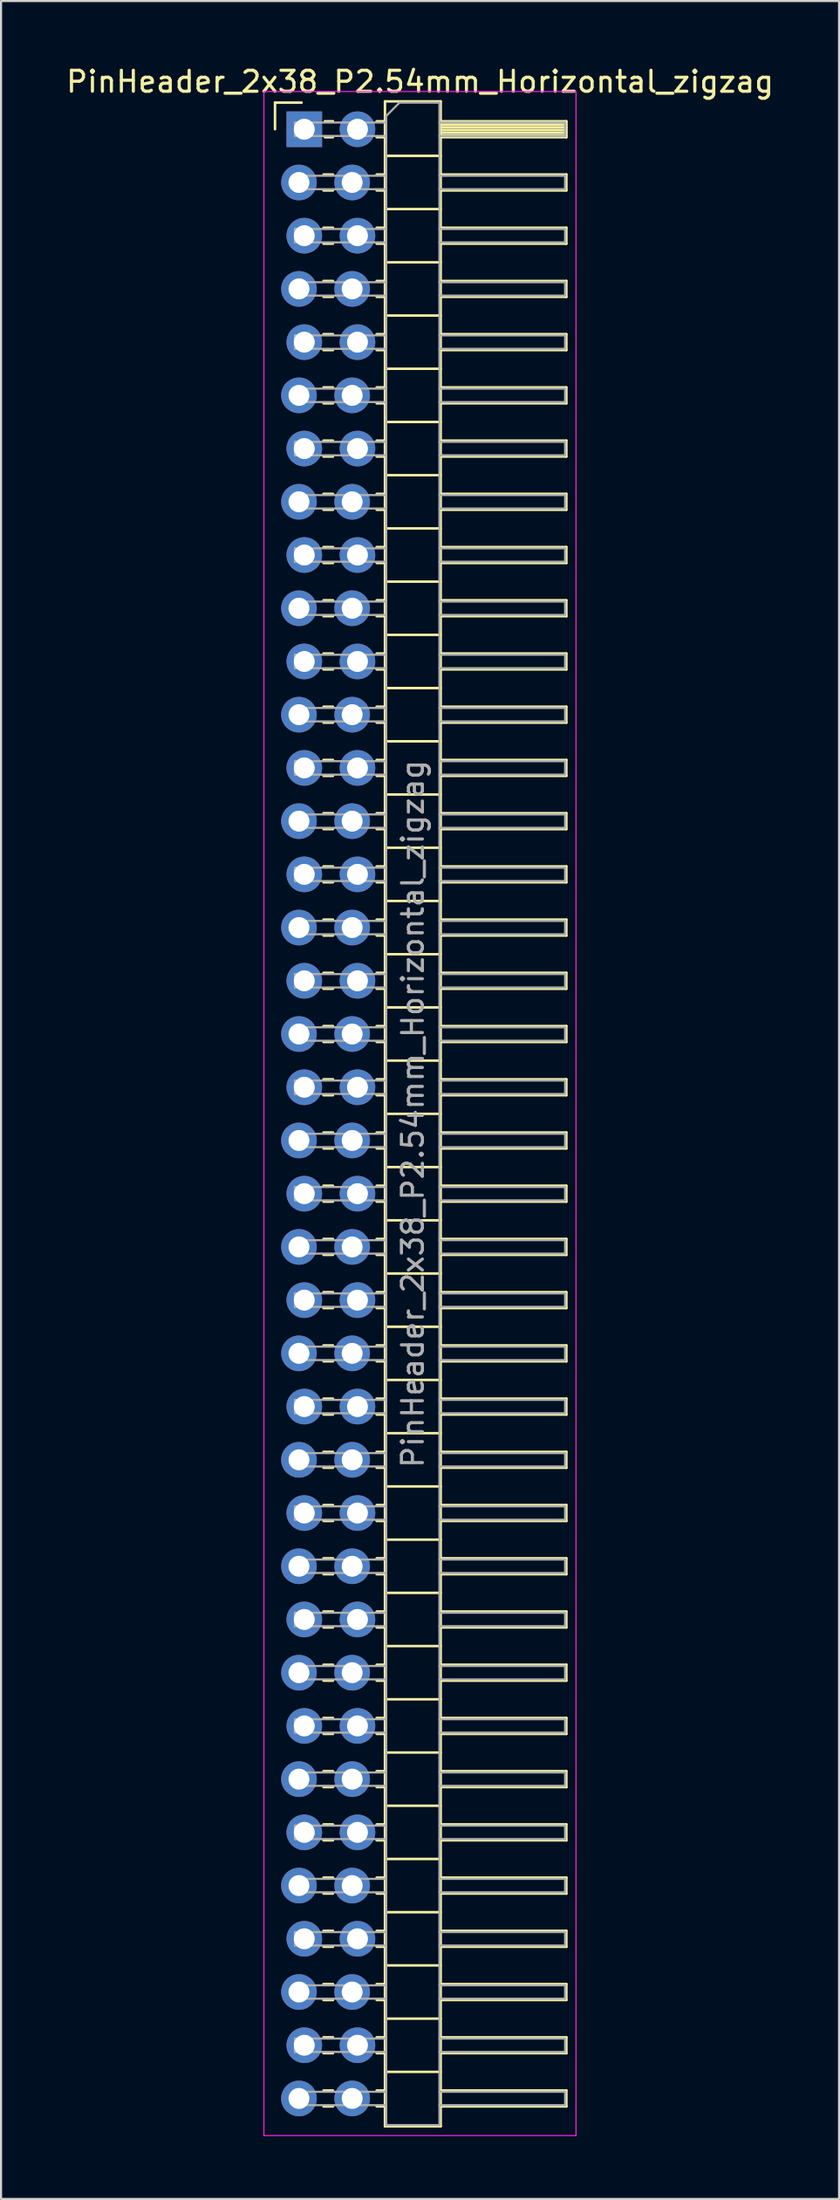
<source format=kicad_pcb>
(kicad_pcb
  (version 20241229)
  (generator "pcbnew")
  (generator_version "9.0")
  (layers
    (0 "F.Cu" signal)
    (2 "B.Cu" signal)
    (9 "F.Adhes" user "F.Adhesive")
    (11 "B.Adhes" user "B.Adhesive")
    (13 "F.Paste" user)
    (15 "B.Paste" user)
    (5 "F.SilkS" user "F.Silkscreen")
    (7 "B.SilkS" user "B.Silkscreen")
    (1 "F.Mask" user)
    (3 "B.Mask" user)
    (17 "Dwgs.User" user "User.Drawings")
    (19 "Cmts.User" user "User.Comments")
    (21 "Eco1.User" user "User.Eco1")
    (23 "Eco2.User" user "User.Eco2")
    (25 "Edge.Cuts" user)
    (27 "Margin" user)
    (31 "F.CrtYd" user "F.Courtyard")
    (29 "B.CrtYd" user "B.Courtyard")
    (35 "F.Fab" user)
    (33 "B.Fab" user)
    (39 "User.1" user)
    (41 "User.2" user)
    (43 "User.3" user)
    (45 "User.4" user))
  (footprint "PinHeader_2x38_P2.54mm_Horizontal_zigzag"
    (layer "F.Cu")
    (at 11.351 3.118)
    (property "Reference" "PinHeader_2x38_P2.54mm_Horizontal_zigzag" (at 5.655 -2.27 0) (layer "F.SilkS") (effects (font (size 1 1) (thickness 0.15))))
    (attr through_hole)
    (fp_line (start -1.27 -1.27) (end 0 -1.27) (stroke (width 0.12) (type solid)) (layer "F.SilkS"))
    (fp_line (start -1.27 0) (end -1.27 -1.27) (stroke (width 0.12) (type solid)) (layer "F.SilkS"))
    (fp_line (start 1.043 2.16) (end 1.497 2.16) (stroke (width 0.12) (type solid)) (layer "F.SilkS"))
    (fp_line (start 1.043 2.92) (end 1.497 2.92) (stroke (width 0.12) (type solid)) (layer "F.SilkS"))
    (fp_line (start 1.043 4.7) (end 1.497 4.7) (stroke (width 0.12) (type solid)) (layer "F.SilkS"))
    (fp_line (start 1.043 5.46) (end 1.497 5.46) (stroke (width 0.12) (type solid)) (layer "F.SilkS"))
    (fp_line (start 1.043 7.24) (end 1.497 7.24) (stroke (width 0.12) (type solid)) (layer "F.SilkS"))
    (fp_line (start 1.043 8) (end 1.497 8) (stroke (width 0.12) (type solid)) (layer "F.SilkS"))
    (fp_line (start 1.043 9.78) (end 1.497 9.78) (stroke (width 0.12) (type solid)) (layer "F.SilkS"))
    (fp_line (start 1.043 10.54) (end 1.497 10.54) (stroke (width 0.12) (type solid)) (layer "F.SilkS"))
    (fp_line (start 1.043 12.32) (end 1.497 12.32) (stroke (width 0.12) (type solid)) (layer "F.SilkS"))
    (fp_line (start 1.043 13.08) (end 1.497 13.08) (stroke (width 0.12) (type solid)) (layer "F.SilkS"))
    (fp_line (start 1.043 14.86) (end 1.497 14.86) (stroke (width 0.12) (type solid)) (layer "F.SilkS"))
    (fp_line (start 1.043 15.62) (end 1.497 15.62) (stroke (width 0.12) (type solid)) (layer "F.SilkS"))
    (fp_line (start 1.043 17.4) (end 1.497 17.4) (stroke (width 0.12) (type solid)) (layer "F.SilkS"))
    (fp_line (start 1.043 18.16) (end 1.497 18.16) (stroke (width 0.12) (type solid)) (layer "F.SilkS"))
    (fp_line (start 1.043 19.94) (end 1.497 19.94) (stroke (width 0.12) (type solid)) (layer "F.SilkS"))
    (fp_line (start 1.043 20.7) (end 1.497 20.7) (stroke (width 0.12) (type solid)) (layer "F.SilkS"))
    (fp_line (start 1.043 22.48) (end 1.497 22.48) (stroke (width 0.12) (type solid)) (layer "F.SilkS"))
    (fp_line (start 1.043 23.24) (end 1.497 23.24) (stroke (width 0.12) (type solid)) (layer "F.SilkS"))
    (fp_line (start 1.043 25.02) (end 1.497 25.02) (stroke (width 0.12) (type solid)) (layer "F.SilkS"))
    (fp_line (start 1.043 25.78) (end 1.497 25.78) (stroke (width 0.12) (type solid)) (layer "F.SilkS"))
    (fp_line (start 1.043 27.56) (end 1.497 27.56) (stroke (width 0.12) (type solid)) (layer "F.SilkS"))
    (fp_line (start 1.043 28.32) (end 1.497 28.32) (stroke (width 0.12) (type solid)) (layer "F.SilkS"))
    (fp_line (start 1.043 30.1) (end 1.497 30.1) (stroke (width 0.12) (type solid)) (layer "F.SilkS"))
    (fp_line (start 1.043 30.86) (end 1.497 30.86) (stroke (width 0.12) (type solid)) (layer "F.SilkS"))
    (fp_line (start 1.043 32.64) (end 1.497 32.64) (stroke (width 0.12) (type solid)) (layer "F.SilkS"))
    (fp_line (start 1.043 33.4) (end 1.497 33.4) (stroke (width 0.12) (type solid)) (layer "F.SilkS"))
    (fp_line (start 1.043 35.18) (end 1.497 35.18) (stroke (width 0.12) (type solid)) (layer "F.SilkS"))
    (fp_line (start 1.043 35.94) (end 1.497 35.94) (stroke (width 0.12) (type solid)) (layer "F.SilkS"))
    (fp_line (start 1.043 37.72) (end 1.497 37.72) (stroke (width 0.12) (type solid)) (layer "F.SilkS"))
    (fp_line (start 1.043 38.48) (end 1.497 38.48) (stroke (width 0.12) (type solid)) (layer "F.SilkS"))
    (fp_line (start 1.043 40.26) (end 1.497 40.26) (stroke (width 0.12) (type solid)) (layer "F.SilkS"))
    (fp_line (start 1.043 41.02) (end 1.497 41.02) (stroke (width 0.12) (type solid)) (layer "F.SilkS"))
    (fp_line (start 1.043 42.8) (end 1.497 42.8) (stroke (width 0.12) (type solid)) (layer "F.SilkS"))
    (fp_line (start 1.043 43.56) (end 1.497 43.56) (stroke (width 0.12) (type solid)) (layer "F.SilkS"))
    (fp_line (start 1.043 45.34) (end 1.497 45.34) (stroke (width 0.12) (type solid)) (layer "F.SilkS"))
    (fp_line (start 1.043 46.1) (end 1.497 46.1) (stroke (width 0.12) (type solid)) (layer "F.SilkS"))
    (fp_line (start 1.043 47.88) (end 1.497 47.88) (stroke (width 0.12) (type solid)) (layer "F.SilkS"))
    (fp_line (start 1.043 48.64) (end 1.497 48.64) (stroke (width 0.12) (type solid)) (layer "F.SilkS"))
    (fp_line (start 1.043 50.42) (end 1.497 50.42) (stroke (width 0.12) (type solid)) (layer "F.SilkS"))
    (fp_line (start 1.043 51.18) (end 1.497 51.18) (stroke (width 0.12) (type solid)) (layer "F.SilkS"))
    (fp_line (start 1.043 52.96) (end 1.497 52.96) (stroke (width 0.12) (type solid)) (layer "F.SilkS"))
    (fp_line (start 1.043 53.72) (end 1.497 53.72) (stroke (width 0.12) (type solid)) (layer "F.SilkS"))
    (fp_line (start 1.043 55.5) (end 1.497 55.5) (stroke (width 0.12) (type solid)) (layer "F.SilkS"))
    (fp_line (start 1.043 56.26) (end 1.497 56.26) (stroke (width 0.12) (type solid)) (layer "F.SilkS"))
    (fp_line (start 1.043 58.04) (end 1.497 58.04) (stroke (width 0.12) (type solid)) (layer "F.SilkS"))
    (fp_line (start 1.043 58.8) (end 1.497 58.8) (stroke (width 0.12) (type solid)) (layer "F.SilkS"))
    (fp_line (start 1.043 60.58) (end 1.497 60.58) (stroke (width 0.12) (type solid)) (layer "F.SilkS"))
    (fp_line (start 1.043 61.34) (end 1.497 61.34) (stroke (width 0.12) (type solid)) (layer "F.SilkS"))
    (fp_line (start 1.043 63.12) (end 1.497 63.12) (stroke (width 0.12) (type solid)) (layer "F.SilkS"))
    (fp_line (start 1.043 63.88) (end 1.497 63.88) (stroke (width 0.12) (type solid)) (layer "F.SilkS"))
    (fp_line (start 1.043 65.66) (end 1.497 65.66) (stroke (width 0.12) (type solid)) (layer "F.SilkS"))
    (fp_line (start 1.043 66.42) (end 1.497 66.42) (stroke (width 0.12) (type solid)) (layer "F.SilkS"))
    (fp_line (start 1.043 68.2) (end 1.497 68.2) (stroke (width 0.12) (type solid)) (layer "F.SilkS"))
    (fp_line (start 1.043 68.96) (end 1.497 68.96) (stroke (width 0.12) (type solid)) (layer "F.SilkS"))
    (fp_line (start 1.043 70.74) (end 1.497 70.74) (stroke (width 0.12) (type solid)) (layer "F.SilkS"))
    (fp_line (start 1.043 71.5) (end 1.497 71.5) (stroke (width 0.12) (type solid)) (layer "F.SilkS"))
    (fp_line (start 1.043 73.28) (end 1.497 73.28) (stroke (width 0.12) (type solid)) (layer "F.SilkS"))
    (fp_line (start 1.043 74.04) (end 1.497 74.04) (stroke (width 0.12) (type solid)) (layer "F.SilkS"))
    (fp_line (start 1.043 75.82) (end 1.497 75.82) (stroke (width 0.12) (type solid)) (layer "F.SilkS"))
    (fp_line (start 1.043 76.58) (end 1.497 76.58) (stroke (width 0.12) (type solid)) (layer "F.SilkS"))
    (fp_line (start 1.043 78.36) (end 1.497 78.36) (stroke (width 0.12) (type solid)) (layer "F.SilkS"))
    (fp_line (start 1.043 79.12) (end 1.497 79.12) (stroke (width 0.12) (type solid)) (layer "F.SilkS"))
    (fp_line (start 1.043 80.9) (end 1.497 80.9) (stroke (width 0.12) (type solid)) (layer "F.SilkS"))
    (fp_line (start 1.043 81.66) (end 1.497 81.66) (stroke (width 0.12) (type solid)) (layer "F.SilkS"))
    (fp_line (start 1.043 83.44) (end 1.497 83.44) (stroke (width 0.12) (type solid)) (layer "F.SilkS"))
    (fp_line (start 1.043 84.2) (end 1.497 84.2) (stroke (width 0.12) (type solid)) (layer "F.SilkS"))
    (fp_line (start 1.043 85.98) (end 1.497 85.98) (stroke (width 0.12) (type solid)) (layer "F.SilkS"))
    (fp_line (start 1.043 86.74) (end 1.497 86.74) (stroke (width 0.12) (type solid)) (layer "F.SilkS"))
    (fp_line (start 1.043 88.52) (end 1.497 88.52) (stroke (width 0.12) (type solid)) (layer "F.SilkS"))
    (fp_line (start 1.043 89.28) (end 1.497 89.28) (stroke (width 0.12) (type solid)) (layer "F.SilkS"))
    (fp_line (start 1.043 91.06) (end 1.497 91.06) (stroke (width 0.12) (type solid)) (layer "F.SilkS"))
    (fp_line (start 1.043 91.82) (end 1.497 91.82) (stroke (width 0.12) (type solid)) (layer "F.SilkS"))
    (fp_line (start 1.043 93.6) (end 1.497 93.6) (stroke (width 0.12) (type solid)) (layer "F.SilkS"))
    (fp_line (start 1.043 94.36) (end 1.497 94.36) (stroke (width 0.12) (type solid)) (layer "F.SilkS"))
    (fp_line (start 1.11 -0.38) (end 1.497 -0.38) (stroke (width 0.12) (type solid)) (layer "F.SilkS"))
    (fp_line (start 1.11 0.38) (end 1.497 0.38) (stroke (width 0.12) (type solid)) (layer "F.SilkS"))
    (fp_line (start 3.583 -0.38) (end 3.98 -0.38) (stroke (width 0.12) (type solid)) (layer "F.SilkS"))
    (fp_line (start 3.583 0.38) (end 3.98 0.38) (stroke (width 0.12) (type solid)) (layer "F.SilkS"))
    (fp_line (start 3.583 2.16) (end 3.98 2.16) (stroke (width 0.12) (type solid)) (layer "F.SilkS"))
    (fp_line (start 3.583 2.92) (end 3.98 2.92) (stroke (width 0.12) (type solid)) (layer "F.SilkS"))
    (fp_line (start 3.583 4.7) (end 3.98 4.7) (stroke (width 0.12) (type solid)) (layer "F.SilkS"))
    (fp_line (start 3.583 5.46) (end 3.98 5.46) (stroke (width 0.12) (type solid)) (layer "F.SilkS"))
    (fp_line (start 3.583 7.24) (end 3.98 7.24) (stroke (width 0.12) (type solid)) (layer "F.SilkS"))
    (fp_line (start 3.583 8) (end 3.98 8) (stroke (width 0.12) (type solid)) (layer "F.SilkS"))
    (fp_line (start 3.583 9.78) (end 3.98 9.78) (stroke (width 0.12) (type solid)) (layer "F.SilkS"))
    (fp_line (start 3.583 10.54) (end 3.98 10.54) (stroke (width 0.12) (type solid)) (layer "F.SilkS"))
    (fp_line (start 3.583 12.32) (end 3.98 12.32) (stroke (width 0.12) (type solid)) (layer "F.SilkS"))
    (fp_line (start 3.583 13.08) (end 3.98 13.08) (stroke (width 0.12) (type solid)) (layer "F.SilkS"))
    (fp_line (start 3.583 14.86) (end 3.98 14.86) (stroke (width 0.12) (type solid)) (layer "F.SilkS"))
    (fp_line (start 3.583 15.62) (end 3.98 15.62) (stroke (width 0.12) (type solid)) (layer "F.SilkS"))
    (fp_line (start 3.583 17.4) (end 3.98 17.4) (stroke (width 0.12) (type solid)) (layer "F.SilkS"))
    (fp_line (start 3.583 18.16) (end 3.98 18.16) (stroke (width 0.12) (type solid)) (layer "F.SilkS"))
    (fp_line (start 3.583 19.94) (end 3.98 19.94) (stroke (width 0.12) (type solid)) (layer "F.SilkS"))
    (fp_line (start 3.583 20.7) (end 3.98 20.7) (stroke (width 0.12) (type solid)) (layer "F.SilkS"))
    (fp_line (start 3.583 22.48) (end 3.98 22.48) (stroke (width 0.12) (type solid)) (layer "F.SilkS"))
    (fp_line (start 3.583 23.24) (end 3.98 23.24) (stroke (width 0.12) (type solid)) (layer "F.SilkS"))
    (fp_line (start 3.583 25.02) (end 3.98 25.02) (stroke (width 0.12) (type solid)) (layer "F.SilkS"))
    (fp_line (start 3.583 25.78) (end 3.98 25.78) (stroke (width 0.12) (type solid)) (layer "F.SilkS"))
    (fp_line (start 3.583 27.56) (end 3.98 27.56) (stroke (width 0.12) (type solid)) (layer "F.SilkS"))
    (fp_line (start 3.583 28.32) (end 3.98 28.32) (stroke (width 0.12) (type solid)) (layer "F.SilkS"))
    (fp_line (start 3.583 30.1) (end 3.98 30.1) (stroke (width 0.12) (type solid)) (layer "F.SilkS"))
    (fp_line (start 3.583 30.86) (end 3.98 30.86) (stroke (width 0.12) (type solid)) (layer "F.SilkS"))
    (fp_line (start 3.583 32.64) (end 3.98 32.64) (stroke (width 0.12) (type solid)) (layer "F.SilkS"))
    (fp_line (start 3.583 33.4) (end 3.98 33.4) (stroke (width 0.12) (type solid)) (layer "F.SilkS"))
    (fp_line (start 3.583 35.18) (end 3.98 35.18) (stroke (width 0.12) (type solid)) (layer "F.SilkS"))
    (fp_line (start 3.583 35.94) (end 3.98 35.94) (stroke (width 0.12) (type solid)) (layer "F.SilkS"))
    (fp_line (start 3.583 37.72) (end 3.98 37.72) (stroke (width 0.12) (type solid)) (layer "F.SilkS"))
    (fp_line (start 3.583 38.48) (end 3.98 38.48) (stroke (width 0.12) (type solid)) (layer "F.SilkS"))
    (fp_line (start 3.583 40.26) (end 3.98 40.26) (stroke (width 0.12) (type solid)) (layer "F.SilkS"))
    (fp_line (start 3.583 41.02) (end 3.98 41.02) (stroke (width 0.12) (type solid)) (layer "F.SilkS"))
    (fp_line (start 3.583 42.8) (end 3.98 42.8) (stroke (width 0.12) (type solid)) (layer "F.SilkS"))
    (fp_line (start 3.583 43.56) (end 3.98 43.56) (stroke (width 0.12) (type solid)) (layer "F.SilkS"))
    (fp_line (start 3.583 45.34) (end 3.98 45.34) (stroke (width 0.12) (type solid)) (layer "F.SilkS"))
    (fp_line (start 3.583 46.1) (end 3.98 46.1) (stroke (width 0.12) (type solid)) (layer "F.SilkS"))
    (fp_line (start 3.583 47.88) (end 3.98 47.88) (stroke (width 0.12) (type solid)) (layer "F.SilkS"))
    (fp_line (start 3.583 48.64) (end 3.98 48.64) (stroke (width 0.12) (type solid)) (layer "F.SilkS"))
    (fp_line (start 3.583 50.42) (end 3.98 50.42) (stroke (width 0.12) (type solid)) (layer "F.SilkS"))
    (fp_line (start 3.583 51.18) (end 3.98 51.18) (stroke (width 0.12) (type solid)) (layer "F.SilkS"))
    (fp_line (start 3.583 52.96) (end 3.98 52.96) (stroke (width 0.12) (type solid)) (layer "F.SilkS"))
    (fp_line (start 3.583 53.72) (end 3.98 53.72) (stroke (width 0.12) (type solid)) (layer "F.SilkS"))
    (fp_line (start 3.583 55.5) (end 3.98 55.5) (stroke (width 0.12) (type solid)) (layer "F.SilkS"))
    (fp_line (start 3.583 56.26) (end 3.98 56.26) (stroke (width 0.12) (type solid)) (layer "F.SilkS"))
    (fp_line (start 3.583 58.04) (end 3.98 58.04) (stroke (width 0.12) (type solid)) (layer "F.SilkS"))
    (fp_line (start 3.583 58.8) (end 3.98 58.8) (stroke (width 0.12) (type solid)) (layer "F.SilkS"))
    (fp_line (start 3.583 60.58) (end 3.98 60.58) (stroke (width 0.12) (type solid)) (layer "F.SilkS"))
    (fp_line (start 3.583 61.34) (end 3.98 61.34) (stroke (width 0.12) (type solid)) (layer "F.SilkS"))
    (fp_line (start 3.583 63.12) (end 3.98 63.12) (stroke (width 0.12) (type solid)) (layer "F.SilkS"))
    (fp_line (start 3.583 63.88) (end 3.98 63.88) (stroke (width 0.12) (type solid)) (layer "F.SilkS"))
    (fp_line (start 3.583 65.66) (end 3.98 65.66) (stroke (width 0.12) (type solid)) (layer "F.SilkS"))
    (fp_line (start 3.583 66.42) (end 3.98 66.42) (stroke (width 0.12) (type solid)) (layer "F.SilkS"))
    (fp_line (start 3.583 68.2) (end 3.98 68.2) (stroke (width 0.12) (type solid)) (layer "F.SilkS"))
    (fp_line (start 3.583 68.96) (end 3.98 68.96) (stroke (width 0.12) (type solid)) (layer "F.SilkS"))
    (fp_line (start 3.583 70.74) (end 3.98 70.74) (stroke (width 0.12) (type solid)) (layer "F.SilkS"))
    (fp_line (start 3.583 71.5) (end 3.98 71.5) (stroke (width 0.12) (type solid)) (layer "F.SilkS"))
    (fp_line (start 3.583 73.28) (end 3.98 73.28) (stroke (width 0.12) (type solid)) (layer "F.SilkS"))
    (fp_line (start 3.583 74.04) (end 3.98 74.04) (stroke (width 0.12) (type solid)) (layer "F.SilkS"))
    (fp_line (start 3.583 75.82) (end 3.98 75.82) (stroke (width 0.12) (type solid)) (layer "F.SilkS"))
    (fp_line (start 3.583 76.58) (end 3.98 76.58) (stroke (width 0.12) (type solid)) (layer "F.SilkS"))
    (fp_line (start 3.583 78.36) (end 3.98 78.36) (stroke (width 0.12) (type solid)) (layer "F.SilkS"))
    (fp_line (start 3.583 79.12) (end 3.98 79.12) (stroke (width 0.12) (type solid)) (layer "F.SilkS"))
    (fp_line (start 3.583 80.9) (end 3.98 80.9) (stroke (width 0.12) (type solid)) (layer "F.SilkS"))
    (fp_line (start 3.583 81.66) (end 3.98 81.66) (stroke (width 0.12) (type solid)) (layer "F.SilkS"))
    (fp_line (start 3.583 83.44) (end 3.98 83.44) (stroke (width 0.12) (type solid)) (layer "F.SilkS"))
    (fp_line (start 3.583 84.2) (end 3.98 84.2) (stroke (width 0.12) (type solid)) (layer "F.SilkS"))
    (fp_line (start 3.583 85.98) (end 3.98 85.98) (stroke (width 0.12) (type solid)) (layer "F.SilkS"))
    (fp_line (start 3.583 86.74) (end 3.98 86.74) (stroke (width 0.12) (type solid)) (layer "F.SilkS"))
    (fp_line (start 3.583 88.52) (end 3.98 88.52) (stroke (width 0.12) (type solid)) (layer "F.SilkS"))
    (fp_line (start 3.583 89.28) (end 3.98 89.28) (stroke (width 0.12) (type solid)) (layer "F.SilkS"))
    (fp_line (start 3.583 91.06) (end 3.98 91.06) (stroke (width 0.12) (type solid)) (layer "F.SilkS"))
    (fp_line (start 3.583 91.82) (end 3.98 91.82) (stroke (width 0.12) (type solid)) (layer "F.SilkS"))
    (fp_line (start 3.583 93.6) (end 3.98 93.6) (stroke (width 0.12) (type solid)) (layer "F.SilkS"))
    (fp_line (start 3.583 94.36) (end 3.98 94.36) (stroke (width 0.12) (type solid)) (layer "F.SilkS"))
    (fp_line (start 3.98 -1.33) (end 3.98 95.31) (stroke (width 0.12) (type solid)) (layer "F.SilkS"))
    (fp_line (start 3.98 1.27) (end 6.64 1.27) (stroke (width 0.12) (type solid)) (layer "F.SilkS"))
    (fp_line (start 3.98 3.81) (end 6.64 3.81) (stroke (width 0.12) (type solid)) (layer "F.SilkS"))
    (fp_line (start 3.98 6.35) (end 6.64 6.35) (stroke (width 0.12) (type solid)) (layer "F.SilkS"))
    (fp_line (start 3.98 8.89) (end 6.64 8.89) (stroke (width 0.12) (type solid)) (layer "F.SilkS"))
    (fp_line (start 3.98 11.43) (end 6.64 11.43) (stroke (width 0.12) (type solid)) (layer "F.SilkS"))
    (fp_line (start 3.98 13.97) (end 6.64 13.97) (stroke (width 0.12) (type solid)) (layer "F.SilkS"))
    (fp_line (start 3.98 16.51) (end 6.64 16.51) (stroke (width 0.12) (type solid)) (layer "F.SilkS"))
    (fp_line (start 3.98 19.05) (end 6.64 19.05) (stroke (width 0.12) (type solid)) (layer "F.SilkS"))
    (fp_line (start 3.98 21.59) (end 6.64 21.59) (stroke (width 0.12) (type solid)) (layer "F.SilkS"))
    (fp_line (start 3.98 24.13) (end 6.64 24.13) (stroke (width 0.12) (type solid)) (layer "F.SilkS"))
    (fp_line (start 3.98 26.67) (end 6.64 26.67) (stroke (width 0.12) (type solid)) (layer "F.SilkS"))
    (fp_line (start 3.98 29.21) (end 6.64 29.21) (stroke (width 0.12) (type solid)) (layer "F.SilkS"))
    (fp_line (start 3.98 31.75) (end 6.64 31.75) (stroke (width 0.12) (type solid)) (layer "F.SilkS"))
    (fp_line (start 3.98 34.29) (end 6.64 34.29) (stroke (width 0.12) (type solid)) (layer "F.SilkS"))
    (fp_line (start 3.98 36.83) (end 6.64 36.83) (stroke (width 0.12) (type solid)) (layer "F.SilkS"))
    (fp_line (start 3.98 39.37) (end 6.64 39.37) (stroke (width 0.12) (type solid)) (layer "F.SilkS"))
    (fp_line (start 3.98 41.91) (end 6.64 41.91) (stroke (width 0.12) (type solid)) (layer "F.SilkS"))
    (fp_line (start 3.98 44.45) (end 6.64 44.45) (stroke (width 0.12) (type solid)) (layer "F.SilkS"))
    (fp_line (start 3.98 46.99) (end 6.64 46.99) (stroke (width 0.12) (type solid)) (layer "F.SilkS"))
    (fp_line (start 3.98 49.53) (end 6.64 49.53) (stroke (width 0.12) (type solid)) (layer "F.SilkS"))
    (fp_line (start 3.98 52.07) (end 6.64 52.07) (stroke (width 0.12) (type solid)) (layer "F.SilkS"))
    (fp_line (start 3.98 54.61) (end 6.64 54.61) (stroke (width 0.12) (type solid)) (layer "F.SilkS"))
    (fp_line (start 3.98 57.15) (end 6.64 57.15) (stroke (width 0.12) (type solid)) (layer "F.SilkS"))
    (fp_line (start 3.98 59.69) (end 6.64 59.69) (stroke (width 0.12) (type solid)) (layer "F.SilkS"))
    (fp_line (start 3.98 62.23) (end 6.64 62.23) (stroke (width 0.12) (type solid)) (layer "F.SilkS"))
    (fp_line (start 3.98 64.77) (end 6.64 64.77) (stroke (width 0.12) (type solid)) (layer "F.SilkS"))
    (fp_line (start 3.98 67.31) (end 6.64 67.31) (stroke (width 0.12) (type solid)) (layer "F.SilkS"))
    (fp_line (start 3.98 69.85) (end 6.64 69.85) (stroke (width 0.12) (type solid)) (layer "F.SilkS"))
    (fp_line (start 3.98 72.39) (end 6.64 72.39) (stroke (width 0.12) (type solid)) (layer "F.SilkS"))
    (fp_line (start 3.98 74.93) (end 6.64 74.93) (stroke (width 0.12) (type solid)) (layer "F.SilkS"))
    (fp_line (start 3.98 77.47) (end 6.64 77.47) (stroke (width 0.12) (type solid)) (layer "F.SilkS"))
    (fp_line (start 3.98 80.01) (end 6.64 80.01) (stroke (width 0.12) (type solid)) (layer "F.SilkS"))
    (fp_line (start 3.98 82.55) (end 6.64 82.55) (stroke (width 0.12) (type solid)) (layer "F.SilkS"))
    (fp_line (start 3.98 85.09) (end 6.64 85.09) (stroke (width 0.12) (type solid)) (layer "F.SilkS"))
    (fp_line (start 3.98 87.63) (end 6.64 87.63) (stroke (width 0.12) (type solid)) (layer "F.SilkS"))
    (fp_line (start 3.98 90.17) (end 6.64 90.17) (stroke (width 0.12) (type solid)) (layer "F.SilkS"))
    (fp_line (start 3.98 92.71) (end 6.64 92.71) (stroke (width 0.12) (type solid)) (layer "F.SilkS"))
    (fp_line (start 3.98 95.31) (end 6.64 95.31) (stroke (width 0.12) (type solid)) (layer "F.SilkS"))
    (fp_line (start 6.64 -1.33) (end 3.98 -1.33) (stroke (width 0.12) (type solid)) (layer "F.SilkS"))
    (fp_line (start 6.64 -0.38) (end 12.64 -0.38) (stroke (width 0.12) (type solid)) (layer "F.SilkS"))
    (fp_line (start 6.64 -0.32) (end 12.64 -0.32) (stroke (width 0.12) (type solid)) (layer "F.SilkS"))
    (fp_line (start 6.64 -0.2) (end 12.64 -0.2) (stroke (width 0.12) (type solid)) (layer "F.SilkS"))
    (fp_line (start 6.64 -0.08) (end 12.64 -0.08) (stroke (width 0.12) (type solid)) (layer "F.SilkS"))
    (fp_line (start 6.64 0.04) (end 12.64 0.04) (stroke (width 0.12) (type solid)) (layer "F.SilkS"))
    (fp_line (start 6.64 0.16) (end 12.64 0.16) (stroke (width 0.12) (type solid)) (layer "F.SilkS"))
    (fp_line (start 6.64 0.28) (end 12.64 0.28) (stroke (width 0.12) (type solid)) (layer "F.SilkS"))
    (fp_line (start 6.64 2.16) (end 12.64 2.16) (stroke (width 0.12) (type solid)) (layer "F.SilkS"))
    (fp_line (start 6.64 4.7) (end 12.64 4.7) (stroke (width 0.12) (type solid)) (layer "F.SilkS"))
    (fp_line (start 6.64 7.24) (end 12.64 7.24) (stroke (width 0.12) (type solid)) (layer "F.SilkS"))
    (fp_line (start 6.64 9.78) (end 12.64 9.78) (stroke (width 0.12) (type solid)) (layer "F.SilkS"))
    (fp_line (start 6.64 12.32) (end 12.64 12.32) (stroke (width 0.12) (type solid)) (layer "F.SilkS"))
    (fp_line (start 6.64 14.86) (end 12.64 14.86) (stroke (width 0.12) (type solid)) (layer "F.SilkS"))
    (fp_line (start 6.64 17.4) (end 12.64 17.4) (stroke (width 0.12) (type solid)) (layer "F.SilkS"))
    (fp_line (start 6.64 19.94) (end 12.64 19.94) (stroke (width 0.12) (type solid)) (layer "F.SilkS"))
    (fp_line (start 6.64 22.48) (end 12.64 22.48) (stroke (width 0.12) (type solid)) (layer "F.SilkS"))
    (fp_line (start 6.64 25.02) (end 12.64 25.02) (stroke (width 0.12) (type solid)) (layer "F.SilkS"))
    (fp_line (start 6.64 27.56) (end 12.64 27.56) (stroke (width 0.12) (type solid)) (layer "F.SilkS"))
    (fp_line (start 6.64 30.1) (end 12.64 30.1) (stroke (width 0.12) (type solid)) (layer "F.SilkS"))
    (fp_line (start 6.64 32.64) (end 12.64 32.64) (stroke (width 0.12) (type solid)) (layer "F.SilkS"))
    (fp_line (start 6.64 35.18) (end 12.64 35.18) (stroke (width 0.12) (type solid)) (layer "F.SilkS"))
    (fp_line (start 6.64 37.72) (end 12.64 37.72) (stroke (width 0.12) (type solid)) (layer "F.SilkS"))
    (fp_line (start 6.64 40.26) (end 12.64 40.26) (stroke (width 0.12) (type solid)) (layer "F.SilkS"))
    (fp_line (start 6.64 42.8) (end 12.64 42.8) (stroke (width 0.12) (type solid)) (layer "F.SilkS"))
    (fp_line (start 6.64 45.34) (end 12.64 45.34) (stroke (width 0.12) (type solid)) (layer "F.SilkS"))
    (fp_line (start 6.64 47.88) (end 12.64 47.88) (stroke (width 0.12) (type solid)) (layer "F.SilkS"))
    (fp_line (start 6.64 50.42) (end 12.64 50.42) (stroke (width 0.12) (type solid)) (layer "F.SilkS"))
    (fp_line (start 6.64 52.96) (end 12.64 52.96) (stroke (width 0.12) (type solid)) (layer "F.SilkS"))
    (fp_line (start 6.64 55.5) (end 12.64 55.5) (stroke (width 0.12) (type solid)) (layer "F.SilkS"))
    (fp_line (start 6.64 58.04) (end 12.64 58.04) (stroke (width 0.12) (type solid)) (layer "F.SilkS"))
    (fp_line (start 6.64 60.58) (end 12.64 60.58) (stroke (width 0.12) (type solid)) (layer "F.SilkS"))
    (fp_line (start 6.64 63.12) (end 12.64 63.12) (stroke (width 0.12) (type solid)) (layer "F.SilkS"))
    (fp_line (start 6.64 65.66) (end 12.64 65.66) (stroke (width 0.12) (type solid)) (layer "F.SilkS"))
    (fp_line (start 6.64 68.2) (end 12.64 68.2) (stroke (width 0.12) (type solid)) (layer "F.SilkS"))
    (fp_line (start 6.64 70.74) (end 12.64 70.74) (stroke (width 0.12) (type solid)) (layer "F.SilkS"))
    (fp_line (start 6.64 73.28) (end 12.64 73.28) (stroke (width 0.12) (type solid)) (layer "F.SilkS"))
    (fp_line (start 6.64 75.82) (end 12.64 75.82) (stroke (width 0.12) (type solid)) (layer "F.SilkS"))
    (fp_line (start 6.64 78.36) (end 12.64 78.36) (stroke (width 0.12) (type solid)) (layer "F.SilkS"))
    (fp_line (start 6.64 80.9) (end 12.64 80.9) (stroke (width 0.12) (type solid)) (layer "F.SilkS"))
    (fp_line (start 6.64 83.44) (end 12.64 83.44) (stroke (width 0.12) (type solid)) (layer "F.SilkS"))
    (fp_line (start 6.64 85.98) (end 12.64 85.98) (stroke (width 0.12) (type solid)) (layer "F.SilkS"))
    (fp_line (start 6.64 88.52) (end 12.64 88.52) (stroke (width 0.12) (type solid)) (layer "F.SilkS"))
    (fp_line (start 6.64 91.06) (end 12.64 91.06) (stroke (width 0.12) (type solid)) (layer "F.SilkS"))
    (fp_line (start 6.64 93.6) (end 12.64 93.6) (stroke (width 0.12) (type solid)) (layer "F.SilkS"))
    (fp_line (start 6.64 95.31) (end 6.64 -1.33) (stroke (width 0.12) (type solid)) (layer "F.SilkS"))
    (fp_line (start 12.64 -0.38) (end 12.64 0.38) (stroke (width 0.12) (type solid)) (layer "F.SilkS"))
    (fp_line (start 12.64 0.38) (end 6.64 0.38) (stroke (width 0.12) (type solid)) (layer "F.SilkS"))
    (fp_line (start 12.64 2.16) (end 12.64 2.92) (stroke (width 0.12) (type solid)) (layer "F.SilkS"))
    (fp_line (start 12.64 2.92) (end 6.64 2.92) (stroke (width 0.12) (type solid)) (layer "F.SilkS"))
    (fp_line (start 12.64 4.7) (end 12.64 5.46) (stroke (width 0.12) (type solid)) (layer "F.SilkS"))
    (fp_line (start 12.64 5.46) (end 6.64 5.46) (stroke (width 0.12) (type solid)) (layer "F.SilkS"))
    (fp_line (start 12.64 7.24) (end 12.64 8) (stroke (width 0.12) (type solid)) (layer "F.SilkS"))
    (fp_line (start 12.64 8) (end 6.64 8) (stroke (width 0.12) (type solid)) (layer "F.SilkS"))
    (fp_line (start 12.64 9.78) (end 12.64 10.54) (stroke (width 0.12) (type solid)) (layer "F.SilkS"))
    (fp_line (start 12.64 10.54) (end 6.64 10.54) (stroke (width 0.12) (type solid)) (layer "F.SilkS"))
    (fp_line (start 12.64 12.32) (end 12.64 13.08) (stroke (width 0.12) (type solid)) (layer "F.SilkS"))
    (fp_line (start 12.64 13.08) (end 6.64 13.08) (stroke (width 0.12) (type solid)) (layer "F.SilkS"))
    (fp_line (start 12.64 14.86) (end 12.64 15.62) (stroke (width 0.12) (type solid)) (layer "F.SilkS"))
    (fp_line (start 12.64 15.62) (end 6.64 15.62) (stroke (width 0.12) (type solid)) (layer "F.SilkS"))
    (fp_line (start 12.64 17.4) (end 12.64 18.16) (stroke (width 0.12) (type solid)) (layer "F.SilkS"))
    (fp_line (start 12.64 18.16) (end 6.64 18.16) (stroke (width 0.12) (type solid)) (layer "F.SilkS"))
    (fp_line (start 12.64 19.94) (end 12.64 20.7) (stroke (width 0.12) (type solid)) (layer "F.SilkS"))
    (fp_line (start 12.64 20.7) (end 6.64 20.7) (stroke (width 0.12) (type solid)) (layer "F.SilkS"))
    (fp_line (start 12.64 22.48) (end 12.64 23.24) (stroke (width 0.12) (type solid)) (layer "F.SilkS"))
    (fp_line (start 12.64 23.24) (end 6.64 23.24) (stroke (width 0.12) (type solid)) (layer "F.SilkS"))
    (fp_line (start 12.64 25.02) (end 12.64 25.78) (stroke (width 0.12) (type solid)) (layer "F.SilkS"))
    (fp_line (start 12.64 25.78) (end 6.64 25.78) (stroke (width 0.12) (type solid)) (layer "F.SilkS"))
    (fp_line (start 12.64 27.56) (end 12.64 28.32) (stroke (width 0.12) (type solid)) (layer "F.SilkS"))
    (fp_line (start 12.64 28.32) (end 6.64 28.32) (stroke (width 0.12) (type solid)) (layer "F.SilkS"))
    (fp_line (start 12.64 30.1) (end 12.64 30.86) (stroke (width 0.12) (type solid)) (layer "F.SilkS"))
    (fp_line (start 12.64 30.86) (end 6.64 30.86) (stroke (width 0.12) (type solid)) (layer "F.SilkS"))
    (fp_line (start 12.64 32.64) (end 12.64 33.4) (stroke (width 0.12) (type solid)) (layer "F.SilkS"))
    (fp_line (start 12.64 33.4) (end 6.64 33.4) (stroke (width 0.12) (type solid)) (layer "F.SilkS"))
    (fp_line (start 12.64 35.18) (end 12.64 35.94) (stroke (width 0.12) (type solid)) (layer "F.SilkS"))
    (fp_line (start 12.64 35.94) (end 6.64 35.94) (stroke (width 0.12) (type solid)) (layer "F.SilkS"))
    (fp_line (start 12.64 37.72) (end 12.64 38.48) (stroke (width 0.12) (type solid)) (layer "F.SilkS"))
    (fp_line (start 12.64 38.48) (end 6.64 38.48) (stroke (width 0.12) (type solid)) (layer "F.SilkS"))
    (fp_line (start 12.64 40.26) (end 12.64 41.02) (stroke (width 0.12) (type solid)) (layer "F.SilkS"))
    (fp_line (start 12.64 41.02) (end 6.64 41.02) (stroke (width 0.12) (type solid)) (layer "F.SilkS"))
    (fp_line (start 12.64 42.8) (end 12.64 43.56) (stroke (width 0.12) (type solid)) (layer "F.SilkS"))
    (fp_line (start 12.64 43.56) (end 6.64 43.56) (stroke (width 0.12) (type solid)) (layer "F.SilkS"))
    (fp_line (start 12.64 45.34) (end 12.64 46.1) (stroke (width 0.12) (type solid)) (layer "F.SilkS"))
    (fp_line (start 12.64 46.1) (end 6.64 46.1) (stroke (width 0.12) (type solid)) (layer "F.SilkS"))
    (fp_line (start 12.64 47.88) (end 12.64 48.64) (stroke (width 0.12) (type solid)) (layer "F.SilkS"))
    (fp_line (start 12.64 48.64) (end 6.64 48.64) (stroke (width 0.12) (type solid)) (layer "F.SilkS"))
    (fp_line (start 12.64 50.42) (end 12.64 51.18) (stroke (width 0.12) (type solid)) (layer "F.SilkS"))
    (fp_line (start 12.64 51.18) (end 6.64 51.18) (stroke (width 0.12) (type solid)) (layer "F.SilkS"))
    (fp_line (start 12.64 52.96) (end 12.64 53.72) (stroke (width 0.12) (type solid)) (layer "F.SilkS"))
    (fp_line (start 12.64 53.72) (end 6.64 53.72) (stroke (width 0.12) (type solid)) (layer "F.SilkS"))
    (fp_line (start 12.64 55.5) (end 12.64 56.26) (stroke (width 0.12) (type solid)) (layer "F.SilkS"))
    (fp_line (start 12.64 56.26) (end 6.64 56.26) (stroke (width 0.12) (type solid)) (layer "F.SilkS"))
    (fp_line (start 12.64 58.04) (end 12.64 58.8) (stroke (width 0.12) (type solid)) (layer "F.SilkS"))
    (fp_line (start 12.64 58.8) (end 6.64 58.8) (stroke (width 0.12) (type solid)) (layer "F.SilkS"))
    (fp_line (start 12.64 60.58) (end 12.64 61.34) (stroke (width 0.12) (type solid)) (layer "F.SilkS"))
    (fp_line (start 12.64 61.34) (end 6.64 61.34) (stroke (width 0.12) (type solid)) (layer "F.SilkS"))
    (fp_line (start 12.64 63.12) (end 12.64 63.88) (stroke (width 0.12) (type solid)) (layer "F.SilkS"))
    (fp_line (start 12.64 63.88) (end 6.64 63.88) (stroke (width 0.12) (type solid)) (layer "F.SilkS"))
    (fp_line (start 12.64 65.66) (end 12.64 66.42) (stroke (width 0.12) (type solid)) (layer "F.SilkS"))
    (fp_line (start 12.64 66.42) (end 6.64 66.42) (stroke (width 0.12) (type solid)) (layer "F.SilkS"))
    (fp_line (start 12.64 68.2) (end 12.64 68.96) (stroke (width 0.12) (type solid)) (layer "F.SilkS"))
    (fp_line (start 12.64 68.96) (end 6.64 68.96) (stroke (width 0.12) (type solid)) (layer "F.SilkS"))
    (fp_line (start 12.64 70.74) (end 12.64 71.5) (stroke (width 0.12) (type solid)) (layer "F.SilkS"))
    (fp_line (start 12.64 71.5) (end 6.64 71.5) (stroke (width 0.12) (type solid)) (layer "F.SilkS"))
    (fp_line (start 12.64 73.28) (end 12.64 74.04) (stroke (width 0.12) (type solid)) (layer "F.SilkS"))
    (fp_line (start 12.64 74.04) (end 6.64 74.04) (stroke (width 0.12) (type solid)) (layer "F.SilkS"))
    (fp_line (start 12.64 75.82) (end 12.64 76.58) (stroke (width 0.12) (type solid)) (layer "F.SilkS"))
    (fp_line (start 12.64 76.58) (end 6.64 76.58) (stroke (width 0.12) (type solid)) (layer "F.SilkS"))
    (fp_line (start 12.64 78.36) (end 12.64 79.12) (stroke (width 0.12) (type solid)) (layer "F.SilkS"))
    (fp_line (start 12.64 79.12) (end 6.64 79.12) (stroke (width 0.12) (type solid)) (layer "F.SilkS"))
    (fp_line (start 12.64 80.9) (end 12.64 81.66) (stroke (width 0.12) (type solid)) (layer "F.SilkS"))
    (fp_line (start 12.64 81.66) (end 6.64 81.66) (stroke (width 0.12) (type solid)) (layer "F.SilkS"))
    (fp_line (start 12.64 83.44) (end 12.64 84.2) (stroke (width 0.12) (type solid)) (layer "F.SilkS"))
    (fp_line (start 12.64 84.2) (end 6.64 84.2) (stroke (width 0.12) (type solid)) (layer "F.SilkS"))
    (fp_line (start 12.64 85.98) (end 12.64 86.74) (stroke (width 0.12) (type solid)) (layer "F.SilkS"))
    (fp_line (start 12.64 86.74) (end 6.64 86.74) (stroke (width 0.12) (type solid)) (layer "F.SilkS"))
    (fp_line (start 12.64 88.52) (end 12.64 89.28) (stroke (width 0.12) (type solid)) (layer "F.SilkS"))
    (fp_line (start 12.64 89.28) (end 6.64 89.28) (stroke (width 0.12) (type solid)) (layer "F.SilkS"))
    (fp_line (start 12.64 91.06) (end 12.64 91.82) (stroke (width 0.12) (type solid)) (layer "F.SilkS"))
    (fp_line (start 12.64 91.82) (end 6.64 91.82) (stroke (width 0.12) (type solid)) (layer "F.SilkS"))
    (fp_line (start 12.64 93.6) (end 12.64 94.36) (stroke (width 0.12) (type solid)) (layer "F.SilkS"))
    (fp_line (start 12.64 94.36) (end 6.64 94.36) (stroke (width 0.12) (type solid)) (layer "F.SilkS"))
    (fp_line (start -1.8 -1.8) (end -1.8 95.75) (stroke (width 0.05) (type solid)) (layer "F.CrtYd"))
    (fp_line (start -1.8 95.75) (end 13.1 95.75) (stroke (width 0.05) (type solid)) (layer "F.CrtYd"))
    (fp_line (start 13.1 -1.8) (end -1.8 -1.8) (stroke (width 0.05) (type solid)) (layer "F.CrtYd"))
    (fp_line (start 13.1 95.75) (end 13.1 -1.8) (stroke (width 0.05) (type solid)) (layer "F.CrtYd"))
    (fp_line (start -0.32 -0.32) (end -0.32 0.32) (stroke (width 0.1) (type solid)) (layer "F.Fab"))
    (fp_line (start -0.32 -0.32) (end 4.04 -0.32) (stroke (width 0.1) (type solid)) (layer "F.Fab"))
    (fp_line (start -0.32 0.32) (end 4.04 0.32) (stroke (width 0.1) (type solid)) (layer "F.Fab"))
    (fp_line (start -0.32 2.22) (end -0.32 2.86) (stroke (width 0.1) (type solid)) (layer "F.Fab"))
    (fp_line (start -0.32 2.22) (end 4.04 2.22) (stroke (width 0.1) (type solid)) (layer "F.Fab"))
    (fp_line (start -0.32 2.86) (end 4.04 2.86) (stroke (width 0.1) (type solid)) (layer "F.Fab"))
    (fp_line (start -0.32 4.76) (end -0.32 5.4) (stroke (width 0.1) (type solid)) (layer "F.Fab"))
    (fp_line (start -0.32 4.76) (end 4.04 4.76) (stroke (width 0.1) (type solid)) (layer "F.Fab"))
    (fp_line (start -0.32 5.4) (end 4.04 5.4) (stroke (width 0.1) (type solid)) (layer "F.Fab"))
    (fp_line (start -0.32 7.3) (end -0.32 7.94) (stroke (width 0.1) (type solid)) (layer "F.Fab"))
    (fp_line (start -0.32 7.3) (end 4.04 7.3) (stroke (width 0.1) (type solid)) (layer "F.Fab"))
    (fp_line (start -0.32 7.94) (end 4.04 7.94) (stroke (width 0.1) (type solid)) (layer "F.Fab"))
    (fp_line (start -0.32 9.84) (end -0.32 10.48) (stroke (width 0.1) (type solid)) (layer "F.Fab"))
    (fp_line (start -0.32 9.84) (end 4.04 9.84) (stroke (width 0.1) (type solid)) (layer "F.Fab"))
    (fp_line (start -0.32 10.48) (end 4.04 10.48) (stroke (width 0.1) (type solid)) (layer "F.Fab"))
    (fp_line (start -0.32 12.38) (end -0.32 13.02) (stroke (width 0.1) (type solid)) (layer "F.Fab"))
    (fp_line (start -0.32 12.38) (end 4.04 12.38) (stroke (width 0.1) (type solid)) (layer "F.Fab"))
    (fp_line (start -0.32 13.02) (end 4.04 13.02) (stroke (width 0.1) (type solid)) (layer "F.Fab"))
    (fp_line (start -0.32 14.92) (end -0.32 15.56) (stroke (width 0.1) (type solid)) (layer "F.Fab"))
    (fp_line (start -0.32 14.92) (end 4.04 14.92) (stroke (width 0.1) (type solid)) (layer "F.Fab"))
    (fp_line (start -0.32 15.56) (end 4.04 15.56) (stroke (width 0.1) (type solid)) (layer "F.Fab"))
    (fp_line (start -0.32 17.46) (end -0.32 18.1) (stroke (width 0.1) (type solid)) (layer "F.Fab"))
    (fp_line (start -0.32 17.46) (end 4.04 17.46) (stroke (width 0.1) (type solid)) (layer "F.Fab"))
    (fp_line (start -0.32 18.1) (end 4.04 18.1) (stroke (width 0.1) (type solid)) (layer "F.Fab"))
    (fp_line (start -0.32 20) (end -0.32 20.64) (stroke (width 0.1) (type solid)) (layer "F.Fab"))
    (fp_line (start -0.32 20) (end 4.04 20) (stroke (width 0.1) (type solid)) (layer "F.Fab"))
    (fp_line (start -0.32 20.64) (end 4.04 20.64) (stroke (width 0.1) (type solid)) (layer "F.Fab"))
    (fp_line (start -0.32 22.54) (end -0.32 23.18) (stroke (width 0.1) (type solid)) (layer "F.Fab"))
    (fp_line (start -0.32 22.54) (end 4.04 22.54) (stroke (width 0.1) (type solid)) (layer "F.Fab"))
    (fp_line (start -0.32 23.18) (end 4.04 23.18) (stroke (width 0.1) (type solid)) (layer "F.Fab"))
    (fp_line (start -0.32 25.08) (end -0.32 25.72) (stroke (width 0.1) (type solid)) (layer "F.Fab"))
    (fp_line (start -0.32 25.08) (end 4.04 25.08) (stroke (width 0.1) (type solid)) (layer "F.Fab"))
    (fp_line (start -0.32 25.72) (end 4.04 25.72) (stroke (width 0.1) (type solid)) (layer "F.Fab"))
    (fp_line (start -0.32 27.62) (end -0.32 28.26) (stroke (width 0.1) (type solid)) (layer "F.Fab"))
    (fp_line (start -0.32 27.62) (end 4.04 27.62) (stroke (width 0.1) (type solid)) (layer "F.Fab"))
    (fp_line (start -0.32 28.26) (end 4.04 28.26) (stroke (width 0.1) (type solid)) (layer "F.Fab"))
    (fp_line (start -0.32 30.16) (end -0.32 30.8) (stroke (width 0.1) (type solid)) (layer "F.Fab"))
    (fp_line (start -0.32 30.16) (end 4.04 30.16) (stroke (width 0.1) (type solid)) (layer "F.Fab"))
    (fp_line (start -0.32 30.8) (end 4.04 30.8) (stroke (width 0.1) (type solid)) (layer "F.Fab"))
    (fp_line (start -0.32 32.7) (end -0.32 33.34) (stroke (width 0.1) (type solid)) (layer "F.Fab"))
    (fp_line (start -0.32 32.7) (end 4.04 32.7) (stroke (width 0.1) (type solid)) (layer "F.Fab"))
    (fp_line (start -0.32 33.34) (end 4.04 33.34) (stroke (width 0.1) (type solid)) (layer "F.Fab"))
    (fp_line (start -0.32 35.24) (end -0.32 35.88) (stroke (width 0.1) (type solid)) (layer "F.Fab"))
    (fp_line (start -0.32 35.24) (end 4.04 35.24) (stroke (width 0.1) (type solid)) (layer "F.Fab"))
    (fp_line (start -0.32 35.88) (end 4.04 35.88) (stroke (width 0.1) (type solid)) (layer "F.Fab"))
    (fp_line (start -0.32 37.78) (end -0.32 38.42) (stroke (width 0.1) (type solid)) (layer "F.Fab"))
    (fp_line (start -0.32 37.78) (end 4.04 37.78) (stroke (width 0.1) (type solid)) (layer "F.Fab"))
    (fp_line (start -0.32 38.42) (end 4.04 38.42) (stroke (width 0.1) (type solid)) (layer "F.Fab"))
    (fp_line (start -0.32 40.32) (end -0.32 40.96) (stroke (width 0.1) (type solid)) (layer "F.Fab"))
    (fp_line (start -0.32 40.32) (end 4.04 40.32) (stroke (width 0.1) (type solid)) (layer "F.Fab"))
    (fp_line (start -0.32 40.96) (end 4.04 40.96) (stroke (width 0.1) (type solid)) (layer "F.Fab"))
    (fp_line (start -0.32 42.86) (end -0.32 43.5) (stroke (width 0.1) (type solid)) (layer "F.Fab"))
    (fp_line (start -0.32 42.86) (end 4.04 42.86) (stroke (width 0.1) (type solid)) (layer "F.Fab"))
    (fp_line (start -0.32 43.5) (end 4.04 43.5) (stroke (width 0.1) (type solid)) (layer "F.Fab"))
    (fp_line (start -0.32 45.4) (end -0.32 46.04) (stroke (width 0.1) (type solid)) (layer "F.Fab"))
    (fp_line (start -0.32 45.4) (end 4.04 45.4) (stroke (width 0.1) (type solid)) (layer "F.Fab"))
    (fp_line (start -0.32 46.04) (end 4.04 46.04) (stroke (width 0.1) (type solid)) (layer "F.Fab"))
    (fp_line (start -0.32 47.94) (end -0.32 48.58) (stroke (width 0.1) (type solid)) (layer "F.Fab"))
    (fp_line (start -0.32 47.94) (end 4.04 47.94) (stroke (width 0.1) (type solid)) (layer "F.Fab"))
    (fp_line (start -0.32 48.58) (end 4.04 48.58) (stroke (width 0.1) (type solid)) (layer "F.Fab"))
    (fp_line (start -0.32 50.48) (end -0.32 51.12) (stroke (width 0.1) (type solid)) (layer "F.Fab"))
    (fp_line (start -0.32 50.48) (end 4.04 50.48) (stroke (width 0.1) (type solid)) (layer "F.Fab"))
    (fp_line (start -0.32 51.12) (end 4.04 51.12) (stroke (width 0.1) (type solid)) (layer "F.Fab"))
    (fp_line (start -0.32 53.02) (end -0.32 53.66) (stroke (width 0.1) (type solid)) (layer "F.Fab"))
    (fp_line (start -0.32 53.02) (end 4.04 53.02) (stroke (width 0.1) (type solid)) (layer "F.Fab"))
    (fp_line (start -0.32 53.66) (end 4.04 53.66) (stroke (width 0.1) (type solid)) (layer "F.Fab"))
    (fp_line (start -0.32 55.56) (end -0.32 56.2) (stroke (width 0.1) (type solid)) (layer "F.Fab"))
    (fp_line (start -0.32 55.56) (end 4.04 55.56) (stroke (width 0.1) (type solid)) (layer "F.Fab"))
    (fp_line (start -0.32 56.2) (end 4.04 56.2) (stroke (width 0.1) (type solid)) (layer "F.Fab"))
    (fp_line (start -0.32 58.1) (end -0.32 58.74) (stroke (width 0.1) (type solid)) (layer "F.Fab"))
    (fp_line (start -0.32 58.1) (end 4.04 58.1) (stroke (width 0.1) (type solid)) (layer "F.Fab"))
    (fp_line (start -0.32 58.74) (end 4.04 58.74) (stroke (width 0.1) (type solid)) (layer "F.Fab"))
    (fp_line (start -0.32 60.64) (end -0.32 61.28) (stroke (width 0.1) (type solid)) (layer "F.Fab"))
    (fp_line (start -0.32 60.64) (end 4.04 60.64) (stroke (width 0.1) (type solid)) (layer "F.Fab"))
    (fp_line (start -0.32 61.28) (end 4.04 61.28) (stroke (width 0.1) (type solid)) (layer "F.Fab"))
    (fp_line (start -0.32 63.18) (end -0.32 63.82) (stroke (width 0.1) (type solid)) (layer "F.Fab"))
    (fp_line (start -0.32 63.18) (end 4.04 63.18) (stroke (width 0.1) (type solid)) (layer "F.Fab"))
    (fp_line (start -0.32 63.82) (end 4.04 63.82) (stroke (width 0.1) (type solid)) (layer "F.Fab"))
    (fp_line (start -0.32 65.72) (end -0.32 66.36) (stroke (width 0.1) (type solid)) (layer "F.Fab"))
    (fp_line (start -0.32 65.72) (end 4.04 65.72) (stroke (width 0.1) (type solid)) (layer "F.Fab"))
    (fp_line (start -0.32 66.36) (end 4.04 66.36) (stroke (width 0.1) (type solid)) (layer "F.Fab"))
    (fp_line (start -0.32 68.26) (end -0.32 68.9) (stroke (width 0.1) (type solid)) (layer "F.Fab"))
    (fp_line (start -0.32 68.26) (end 4.04 68.26) (stroke (width 0.1) (type solid)) (layer "F.Fab"))
    (fp_line (start -0.32 68.9) (end 4.04 68.9) (stroke (width 0.1) (type solid)) (layer "F.Fab"))
    (fp_line (start -0.32 70.8) (end -0.32 71.44) (stroke (width 0.1) (type solid)) (layer "F.Fab"))
    (fp_line (start -0.32 70.8) (end 4.04 70.8) (stroke (width 0.1) (type solid)) (layer "F.Fab"))
    (fp_line (start -0.32 71.44) (end 4.04 71.44) (stroke (width 0.1) (type solid)) (layer "F.Fab"))
    (fp_line (start -0.32 73.34) (end -0.32 73.98) (stroke (width 0.1) (type solid)) (layer "F.Fab"))
    (fp_line (start -0.32 73.34) (end 4.04 73.34) (stroke (width 0.1) (type solid)) (layer "F.Fab"))
    (fp_line (start -0.32 73.98) (end 4.04 73.98) (stroke (width 0.1) (type solid)) (layer "F.Fab"))
    (fp_line (start -0.32 75.88) (end -0.32 76.52) (stroke (width 0.1) (type solid)) (layer "F.Fab"))
    (fp_line (start -0.32 75.88) (end 4.04 75.88) (stroke (width 0.1) (type solid)) (layer "F.Fab"))
    (fp_line (start -0.32 76.52) (end 4.04 76.52) (stroke (width 0.1) (type solid)) (layer "F.Fab"))
    (fp_line (start -0.32 78.42) (end -0.32 79.06) (stroke (width 0.1) (type solid)) (layer "F.Fab"))
    (fp_line (start -0.32 78.42) (end 4.04 78.42) (stroke (width 0.1) (type solid)) (layer "F.Fab"))
    (fp_line (start -0.32 79.06) (end 4.04 79.06) (stroke (width 0.1) (type solid)) (layer "F.Fab"))
    (fp_line (start -0.32 80.96) (end -0.32 81.6) (stroke (width 0.1) (type solid)) (layer "F.Fab"))
    (fp_line (start -0.32 80.96) (end 4.04 80.96) (stroke (width 0.1) (type solid)) (layer "F.Fab"))
    (fp_line (start -0.32 81.6) (end 4.04 81.6) (stroke (width 0.1) (type solid)) (layer "F.Fab"))
    (fp_line (start -0.32 83.5) (end -0.32 84.14) (stroke (width 0.1) (type solid)) (layer "F.Fab"))
    (fp_line (start -0.32 83.5) (end 4.04 83.5) (stroke (width 0.1) (type solid)) (layer "F.Fab"))
    (fp_line (start -0.32 84.14) (end 4.04 84.14) (stroke (width 0.1) (type solid)) (layer "F.Fab"))
    (fp_line (start -0.32 86.04) (end -0.32 86.68) (stroke (width 0.1) (type solid)) (layer "F.Fab"))
    (fp_line (start -0.32 86.04) (end 4.04 86.04) (stroke (width 0.1) (type solid)) (layer "F.Fab"))
    (fp_line (start -0.32 86.68) (end 4.04 86.68) (stroke (width 0.1) (type solid)) (layer "F.Fab"))
    (fp_line (start -0.32 88.58) (end -0.32 89.22) (stroke (width 0.1) (type solid)) (layer "F.Fab"))
    (fp_line (start -0.32 88.58) (end 4.04 88.58) (stroke (width 0.1) (type solid)) (layer "F.Fab"))
    (fp_line (start -0.32 89.22) (end 4.04 89.22) (stroke (width 0.1) (type solid)) (layer "F.Fab"))
    (fp_line (start -0.32 91.12) (end -0.32 91.76) (stroke (width 0.1) (type solid)) (layer "F.Fab"))
    (fp_line (start -0.32 91.12) (end 4.04 91.12) (stroke (width 0.1) (type solid)) (layer "F.Fab"))
    (fp_line (start -0.32 91.76) (end 4.04 91.76) (stroke (width 0.1) (type solid)) (layer "F.Fab"))
    (fp_line (start -0.32 93.66) (end -0.32 94.3) (stroke (width 0.1) (type solid)) (layer "F.Fab"))
    (fp_line (start -0.32 93.66) (end 4.04 93.66) (stroke (width 0.1) (type solid)) (layer "F.Fab"))
    (fp_line (start -0.32 94.3) (end 4.04 94.3) (stroke (width 0.1) (type solid)) (layer "F.Fab"))
    (fp_line (start 4.04 -0.635) (end 4.675 -1.27) (stroke (width 0.1) (type solid)) (layer "F.Fab"))
    (fp_line (start 4.04 95.25) (end 4.04 -0.635) (stroke (width 0.1) (type solid)) (layer "F.Fab"))
    (fp_line (start 4.675 -1.27) (end 6.58 -1.27) (stroke (width 0.1) (type solid)) (layer "F.Fab"))
    (fp_line (start 6.58 -1.27) (end 6.58 95.25) (stroke (width 0.1) (type solid)) (layer "F.Fab"))
    (fp_line (start 6.58 -0.32) (end 12.58 -0.32) (stroke (width 0.1) (type solid)) (layer "F.Fab"))
    (fp_line (start 6.58 0.32) (end 12.58 0.32) (stroke (width 0.1) (type solid)) (layer "F.Fab"))
    (fp_line (start 6.58 2.22) (end 12.58 2.22) (stroke (width 0.1) (type solid)) (layer "F.Fab"))
    (fp_line (start 6.58 2.86) (end 12.58 2.86) (stroke (width 0.1) (type solid)) (layer "F.Fab"))
    (fp_line (start 6.58 4.76) (end 12.58 4.76) (stroke (width 0.1) (type solid)) (layer "F.Fab"))
    (fp_line (start 6.58 5.4) (end 12.58 5.4) (stroke (width 0.1) (type solid)) (layer "F.Fab"))
    (fp_line (start 6.58 7.3) (end 12.58 7.3) (stroke (width 0.1) (type solid)) (layer "F.Fab"))
    (fp_line (start 6.58 7.94) (end 12.58 7.94) (stroke (width 0.1) (type solid)) (layer "F.Fab"))
    (fp_line (start 6.58 9.84) (end 12.58 9.84) (stroke (width 0.1) (type solid)) (layer "F.Fab"))
    (fp_line (start 6.58 10.48) (end 12.58 10.48) (stroke (width 0.1) (type solid)) (layer "F.Fab"))
    (fp_line (start 6.58 12.38) (end 12.58 12.38) (stroke (width 0.1) (type solid)) (layer "F.Fab"))
    (fp_line (start 6.58 13.02) (end 12.58 13.02) (stroke (width 0.1) (type solid)) (layer "F.Fab"))
    (fp_line (start 6.58 14.92) (end 12.58 14.92) (stroke (width 0.1) (type solid)) (layer "F.Fab"))
    (fp_line (start 6.58 15.56) (end 12.58 15.56) (stroke (width 0.1) (type solid)) (layer "F.Fab"))
    (fp_line (start 6.58 17.46) (end 12.58 17.46) (stroke (width 0.1) (type solid)) (layer "F.Fab"))
    (fp_line (start 6.58 18.1) (end 12.58 18.1) (stroke (width 0.1) (type solid)) (layer "F.Fab"))
    (fp_line (start 6.58 20) (end 12.58 20) (stroke (width 0.1) (type solid)) (layer "F.Fab"))
    (fp_line (start 6.58 20.64) (end 12.58 20.64) (stroke (width 0.1) (type solid)) (layer "F.Fab"))
    (fp_line (start 6.58 22.54) (end 12.58 22.54) (stroke (width 0.1) (type solid)) (layer "F.Fab"))
    (fp_line (start 6.58 23.18) (end 12.58 23.18) (stroke (width 0.1) (type solid)) (layer "F.Fab"))
    (fp_line (start 6.58 25.08) (end 12.58 25.08) (stroke (width 0.1) (type solid)) (layer "F.Fab"))
    (fp_line (start 6.58 25.72) (end 12.58 25.72) (stroke (width 0.1) (type solid)) (layer "F.Fab"))
    (fp_line (start 6.58 27.62) (end 12.58 27.62) (stroke (width 0.1) (type solid)) (layer "F.Fab"))
    (fp_line (start 6.58 28.26) (end 12.58 28.26) (stroke (width 0.1) (type solid)) (layer "F.Fab"))
    (fp_line (start 6.58 30.16) (end 12.58 30.16) (stroke (width 0.1) (type solid)) (layer "F.Fab"))
    (fp_line (start 6.58 30.8) (end 12.58 30.8) (stroke (width 0.1) (type solid)) (layer "F.Fab"))
    (fp_line (start 6.58 32.7) (end 12.58 32.7) (stroke (width 0.1) (type solid)) (layer "F.Fab"))
    (fp_line (start 6.58 33.34) (end 12.58 33.34) (stroke (width 0.1) (type solid)) (layer "F.Fab"))
    (fp_line (start 6.58 35.24) (end 12.58 35.24) (stroke (width 0.1) (type solid)) (layer "F.Fab"))
    (fp_line (start 6.58 35.88) (end 12.58 35.88) (stroke (width 0.1) (type solid)) (layer "F.Fab"))
    (fp_line (start 6.58 37.78) (end 12.58 37.78) (stroke (width 0.1) (type solid)) (layer "F.Fab"))
    (fp_line (start 6.58 38.42) (end 12.58 38.42) (stroke (width 0.1) (type solid)) (layer "F.Fab"))
    (fp_line (start 6.58 40.32) (end 12.58 40.32) (stroke (width 0.1) (type solid)) (layer "F.Fab"))
    (fp_line (start 6.58 40.96) (end 12.58 40.96) (stroke (width 0.1) (type solid)) (layer "F.Fab"))
    (fp_line (start 6.58 42.86) (end 12.58 42.86) (stroke (width 0.1) (type solid)) (layer "F.Fab"))
    (fp_line (start 6.58 43.5) (end 12.58 43.5) (stroke (width 0.1) (type solid)) (layer "F.Fab"))
    (fp_line (start 6.58 45.4) (end 12.58 45.4) (stroke (width 0.1) (type solid)) (layer "F.Fab"))
    (fp_line (start 6.58 46.04) (end 12.58 46.04) (stroke (width 0.1) (type solid)) (layer "F.Fab"))
    (fp_line (start 6.58 47.94) (end 12.58 47.94) (stroke (width 0.1) (type solid)) (layer "F.Fab"))
    (fp_line (start 6.58 48.58) (end 12.58 48.58) (stroke (width 0.1) (type solid)) (layer "F.Fab"))
    (fp_line (start 6.58 50.48) (end 12.58 50.48) (stroke (width 0.1) (type solid)) (layer "F.Fab"))
    (fp_line (start 6.58 51.12) (end 12.58 51.12) (stroke (width 0.1) (type solid)) (layer "F.Fab"))
    (fp_line (start 6.58 53.02) (end 12.58 53.02) (stroke (width 0.1) (type solid)) (layer "F.Fab"))
    (fp_line (start 6.58 53.66) (end 12.58 53.66) (stroke (width 0.1) (type solid)) (layer "F.Fab"))
    (fp_line (start 6.58 55.56) (end 12.58 55.56) (stroke (width 0.1) (type solid)) (layer "F.Fab"))
    (fp_line (start 6.58 56.2) (end 12.58 56.2) (stroke (width 0.1) (type solid)) (layer "F.Fab"))
    (fp_line (start 6.58 58.1) (end 12.58 58.1) (stroke (width 0.1) (type solid)) (layer "F.Fab"))
    (fp_line (start 6.58 58.74) (end 12.58 58.74) (stroke (width 0.1) (type solid)) (layer "F.Fab"))
    (fp_line (start 6.58 60.64) (end 12.58 60.64) (stroke (width 0.1) (type solid)) (layer "F.Fab"))
    (fp_line (start 6.58 61.28) (end 12.58 61.28) (stroke (width 0.1) (type solid)) (layer "F.Fab"))
    (fp_line (start 6.58 63.18) (end 12.58 63.18) (stroke (width 0.1) (type solid)) (layer "F.Fab"))
    (fp_line (start 6.58 63.82) (end 12.58 63.82) (stroke (width 0.1) (type solid)) (layer "F.Fab"))
    (fp_line (start 6.58 65.72) (end 12.58 65.72) (stroke (width 0.1) (type solid)) (layer "F.Fab"))
    (fp_line (start 6.58 66.36) (end 12.58 66.36) (stroke (width 0.1) (type solid)) (layer "F.Fab"))
    (fp_line (start 6.58 68.26) (end 12.58 68.26) (stroke (width 0.1) (type solid)) (layer "F.Fab"))
    (fp_line (start 6.58 68.9) (end 12.58 68.9) (stroke (width 0.1) (type solid)) (layer "F.Fab"))
    (fp_line (start 6.58 70.8) (end 12.58 70.8) (stroke (width 0.1) (type solid)) (layer "F.Fab"))
    (fp_line (start 6.58 71.44) (end 12.58 71.44) (stroke (width 0.1) (type solid)) (layer "F.Fab"))
    (fp_line (start 6.58 73.34) (end 12.58 73.34) (stroke (width 0.1) (type solid)) (layer "F.Fab"))
    (fp_line (start 6.58 73.98) (end 12.58 73.98) (stroke (width 0.1) (type solid)) (layer "F.Fab"))
    (fp_line (start 6.58 75.88) (end 12.58 75.88) (stroke (width 0.1) (type solid)) (layer "F.Fab"))
    (fp_line (start 6.58 76.52) (end 12.58 76.52) (stroke (width 0.1) (type solid)) (layer "F.Fab"))
    (fp_line (start 6.58 78.42) (end 12.58 78.42) (stroke (width 0.1) (type solid)) (layer "F.Fab"))
    (fp_line (start 6.58 79.06) (end 12.58 79.06) (stroke (width 0.1) (type solid)) (layer "F.Fab"))
    (fp_line (start 6.58 80.96) (end 12.58 80.96) (stroke (width 0.1) (type solid)) (layer "F.Fab"))
    (fp_line (start 6.58 81.6) (end 12.58 81.6) (stroke (width 0.1) (type solid)) (layer "F.Fab"))
    (fp_line (start 6.58 83.5) (end 12.58 83.5) (stroke (width 0.1) (type solid)) (layer "F.Fab"))
    (fp_line (start 6.58 84.14) (end 12.58 84.14) (stroke (width 0.1) (type solid)) (layer "F.Fab"))
    (fp_line (start 6.58 86.04) (end 12.58 86.04) (stroke (width 0.1) (type solid)) (layer "F.Fab"))
    (fp_line (start 6.58 86.68) (end 12.58 86.68) (stroke (width 0.1) (type solid)) (layer "F.Fab"))
    (fp_line (start 6.58 88.58) (end 12.58 88.58) (stroke (width 0.1) (type solid)) (layer "F.Fab"))
    (fp_line (start 6.58 89.22) (end 12.58 89.22) (stroke (width 0.1) (type solid)) (layer "F.Fab"))
    (fp_line (start 6.58 91.12) (end 12.58 91.12) (stroke (width 0.1) (type solid)) (layer "F.Fab"))
    (fp_line (start 6.58 91.76) (end 12.58 91.76) (stroke (width 0.1) (type solid)) (layer "F.Fab"))
    (fp_line (start 6.58 93.66) (end 12.58 93.66) (stroke (width 0.1) (type solid)) (layer "F.Fab"))
    (fp_line (start 6.58 94.3) (end 12.58 94.3) (stroke (width 0.1) (type solid)) (layer "F.Fab"))
    (fp_line (start 6.58 95.25) (end 4.04 95.25) (stroke (width 0.1) (type solid)) (layer "F.Fab"))
    (fp_line (start 12.58 -0.32) (end 12.58 0.32) (stroke (width 0.1) (type solid)) (layer "F.Fab"))
    (fp_line (start 12.58 2.22) (end 12.58 2.86) (stroke (width 0.1) (type solid)) (layer "F.Fab"))
    (fp_line (start 12.58 4.76) (end 12.58 5.4) (stroke (width 0.1) (type solid)) (layer "F.Fab"))
    (fp_line (start 12.58 7.3) (end 12.58 7.94) (stroke (width 0.1) (type solid)) (layer "F.Fab"))
    (fp_line (start 12.58 9.84) (end 12.58 10.48) (stroke (width 0.1) (type solid)) (layer "F.Fab"))
    (fp_line (start 12.58 12.38) (end 12.58 13.02) (stroke (width 0.1) (type solid)) (layer "F.Fab"))
    (fp_line (start 12.58 14.92) (end 12.58 15.56) (stroke (width 0.1) (type solid)) (layer "F.Fab"))
    (fp_line (start 12.58 17.46) (end 12.58 18.1) (stroke (width 0.1) (type solid)) (layer "F.Fab"))
    (fp_line (start 12.58 20) (end 12.58 20.64) (stroke (width 0.1) (type solid)) (layer "F.Fab"))
    (fp_line (start 12.58 22.54) (end 12.58 23.18) (stroke (width 0.1) (type solid)) (layer "F.Fab"))
    (fp_line (start 12.58 25.08) (end 12.58 25.72) (stroke (width 0.1) (type solid)) (layer "F.Fab"))
    (fp_line (start 12.58 27.62) (end 12.58 28.26) (stroke (width 0.1) (type solid)) (layer "F.Fab"))
    (fp_line (start 12.58 30.16) (end 12.58 30.8) (stroke (width 0.1) (type solid)) (layer "F.Fab"))
    (fp_line (start 12.58 32.7) (end 12.58 33.34) (stroke (width 0.1) (type solid)) (layer "F.Fab"))
    (fp_line (start 12.58 35.24) (end 12.58 35.88) (stroke (width 0.1) (type solid)) (layer "F.Fab"))
    (fp_line (start 12.58 37.78) (end 12.58 38.42) (stroke (width 0.1) (type solid)) (layer "F.Fab"))
    (fp_line (start 12.58 40.32) (end 12.58 40.96) (stroke (width 0.1) (type solid)) (layer "F.Fab"))
    (fp_line (start 12.58 42.86) (end 12.58 43.5) (stroke (width 0.1) (type solid)) (layer "F.Fab"))
    (fp_line (start 12.58 45.4) (end 12.58 46.04) (stroke (width 0.1) (type solid)) (layer "F.Fab"))
    (fp_line (start 12.58 47.94) (end 12.58 48.58) (stroke (width 0.1) (type solid)) (layer "F.Fab"))
    (fp_line (start 12.58 50.48) (end 12.58 51.12) (stroke (width 0.1) (type solid)) (layer "F.Fab"))
    (fp_line (start 12.58 53.02) (end 12.58 53.66) (stroke (width 0.1) (type solid)) (layer "F.Fab"))
    (fp_line (start 12.58 55.56) (end 12.58 56.2) (stroke (width 0.1) (type solid)) (layer "F.Fab"))
    (fp_line (start 12.58 58.1) (end 12.58 58.74) (stroke (width 0.1) (type solid)) (layer "F.Fab"))
    (fp_line (start 12.58 60.64) (end 12.58 61.28) (stroke (width 0.1) (type solid)) (layer "F.Fab"))
    (fp_line (start 12.58 63.18) (end 12.58 63.82) (stroke (width 0.1) (type solid)) (layer "F.Fab"))
    (fp_line (start 12.58 65.72) (end 12.58 66.36) (stroke (width 0.1) (type solid)) (layer "F.Fab"))
    (fp_line (start 12.58 68.26) (end 12.58 68.9) (stroke (width 0.1) (type solid)) (layer "F.Fab"))
    (fp_line (start 12.58 70.8) (end 12.58 71.44) (stroke (width 0.1) (type solid)) (layer "F.Fab"))
    (fp_line (start 12.58 73.34) (end 12.58 73.98) (stroke (width 0.1) (type solid)) (layer "F.Fab"))
    (fp_line (start 12.58 75.88) (end 12.58 76.52) (stroke (width 0.1) (type solid)) (layer "F.Fab"))
    (fp_line (start 12.58 78.42) (end 12.58 79.06) (stroke (width 0.1) (type solid)) (layer "F.Fab"))
    (fp_line (start 12.58 80.96) (end 12.58 81.6) (stroke (width 0.1) (type solid)) (layer "F.Fab"))
    (fp_line (start 12.58 83.5) (end 12.58 84.14) (stroke (width 0.1) (type solid)) (layer "F.Fab"))
    (fp_line (start 12.58 86.04) (end 12.58 86.68) (stroke (width 0.1) (type solid)) (layer "F.Fab"))
    (fp_line (start 12.58 88.58) (end 12.58 89.22) (stroke (width 0.1) (type solid)) (layer "F.Fab"))
    (fp_line (start 12.58 91.12) (end 12.58 91.76) (stroke (width 0.1) (type solid)) (layer "F.Fab"))
    (fp_line (start 12.58 93.66) (end 12.58 94.3) (stroke (width 0.1) (type solid)) (layer "F.Fab"))
    (fp_text user "${REFERENCE}" (at 5.31 46.99 90) (layer "F.Fab") (effects (font (size 1 1) (thickness 0.15))))
    (pad "1" thru_hole rect (at 0.127 0) (size 1.7 1.7) (drill 1) (layers "*.Cu" "*.Mask"))
    (pad "2" thru_hole oval (at 2.667 0) (size 1.7 1.7) (drill 1) (layers "*.Cu" "*.Mask"))
    (pad "3" thru_hole oval (at -0.127 2.54) (size 1.7 1.7) (drill 1) (layers "*.Cu" "*.Mask"))
    (pad "4" thru_hole oval (at 2.413 2.54) (size 1.7 1.7) (drill 1) (layers "*.Cu" "*.Mask"))
    (pad "5" thru_hole oval (at 0.127 5.08) (size 1.7 1.7) (drill 1) (layers "*.Cu" "*.Mask"))
    (pad "6" thru_hole oval (at 2.667 5.08) (size 1.7 1.7) (drill 1) (layers "*.Cu" "*.Mask"))
    (pad "7" thru_hole oval (at -0.127 7.62) (size 1.7 1.7) (drill 1) (layers "*.Cu" "*.Mask"))
    (pad "8" thru_hole oval (at 2.413 7.62) (size 1.7 1.7) (drill 1) (layers "*.Cu" "*.Mask"))
    (pad "9" thru_hole oval (at 0.127 10.16) (size 1.7 1.7) (drill 1) (layers "*.Cu" "*.Mask"))
    (pad "10" thru_hole oval (at 2.667 10.16) (size 1.7 1.7) (drill 1) (layers "*.Cu" "*.Mask"))
    (pad "11" thru_hole oval (at -0.127 12.7) (size 1.7 1.7) (drill 1) (layers "*.Cu" "*.Mask"))
    (pad "12" thru_hole oval (at 2.413 12.7) (size 1.7 1.7) (drill 1) (layers "*.Cu" "*.Mask"))
    (pad "13" thru_hole oval (at 0.127 15.24) (size 1.7 1.7) (drill 1) (layers "*.Cu" "*.Mask"))
    (pad "14" thru_hole oval (at 2.667 15.24) (size 1.7 1.7) (drill 1) (layers "*.Cu" "*.Mask"))
    (pad "15" thru_hole oval (at -0.127 17.78) (size 1.7 1.7) (drill 1) (layers "*.Cu" "*.Mask"))
    (pad "16" thru_hole oval (at 2.413 17.78) (size 1.7 1.7) (drill 1) (layers "*.Cu" "*.Mask"))
    (pad "17" thru_hole oval (at 0.127 20.32) (size 1.7 1.7) (drill 1) (layers "*.Cu" "*.Mask"))
    (pad "18" thru_hole oval (at 2.667 20.32) (size 1.7 1.7) (drill 1) (layers "*.Cu" "*.Mask"))
    (pad "19" thru_hole oval (at -0.127 22.86) (size 1.7 1.7) (drill 1) (layers "*.Cu" "*.Mask"))
    (pad "20" thru_hole oval (at 2.413 22.86) (size 1.7 1.7) (drill 1) (layers "*.Cu" "*.Mask"))
    (pad "21" thru_hole oval (at 0.127 25.4) (size 1.7 1.7) (drill 1) (layers "*.Cu" "*.Mask"))
    (pad "22" thru_hole oval (at 2.667 25.4) (size 1.7 1.7) (drill 1) (layers "*.Cu" "*.Mask"))
    (pad "23" thru_hole oval (at -0.127 27.94) (size 1.7 1.7) (drill 1) (layers "*.Cu" "*.Mask"))
    (pad "24" thru_hole oval (at 2.413 27.94) (size 1.7 1.7) (drill 1) (layers "*.Cu" "*.Mask"))
    (pad "25" thru_hole oval (at 0.127 30.48) (size 1.7 1.7) (drill 1) (layers "*.Cu" "*.Mask"))
    (pad "26" thru_hole oval (at 2.667 30.48) (size 1.7 1.7) (drill 1) (layers "*.Cu" "*.Mask"))
    (pad "27" thru_hole oval (at -0.127 33.02) (size 1.7 1.7) (drill 1) (layers "*.Cu" "*.Mask"))
    (pad "28" thru_hole oval (at 2.413 33.02) (size 1.7 1.7) (drill 1) (layers "*.Cu" "*.Mask"))
    (pad "29" thru_hole oval (at 0.127 35.56) (size 1.7 1.7) (drill 1) (layers "*.Cu" "*.Mask"))
    (pad "30" thru_hole oval (at 2.667 35.56) (size 1.7 1.7) (drill 1) (layers "*.Cu" "*.Mask"))
    (pad "31" thru_hole oval (at -0.127 38.1) (size 1.7 1.7) (drill 1) (layers "*.Cu" "*.Mask"))
    (pad "32" thru_hole oval (at 2.413 38.1) (size 1.7 1.7) (drill 1) (layers "*.Cu" "*.Mask"))
    (pad "33" thru_hole oval (at 0.127 40.64) (size 1.7 1.7) (drill 1) (layers "*.Cu" "*.Mask"))
    (pad "34" thru_hole oval (at 2.667 40.64) (size 1.7 1.7) (drill 1) (layers "*.Cu" "*.Mask"))
    (pad "35" thru_hole oval (at -0.127 43.18) (size 1.7 1.7) (drill 1) (layers "*.Cu" "*.Mask"))
    (pad "36" thru_hole oval (at 2.413 43.18) (size 1.7 1.7) (drill 1) (layers "*.Cu" "*.Mask"))
    (pad "37" thru_hole oval (at 0.127 45.72) (size 1.7 1.7) (drill 1) (layers "*.Cu" "*.Mask"))
    (pad "38" thru_hole oval (at 2.667 45.72) (size 1.7 1.7) (drill 1) (layers "*.Cu" "*.Mask"))
    (pad "39" thru_hole oval (at -0.127 48.26) (size 1.7 1.7) (drill 1) (layers "*.Cu" "*.Mask"))
    (pad "40" thru_hole oval (at 2.413 48.26) (size 1.7 1.7) (drill 1) (layers "*.Cu" "*.Mask"))
    (pad "41" thru_hole oval (at 0.127 50.8) (size 1.7 1.7) (drill 1) (layers "*.Cu" "*.Mask"))
    (pad "42" thru_hole oval (at 2.667 50.8) (size 1.7 1.7) (drill 1) (layers "*.Cu" "*.Mask"))
    (pad "43" thru_hole oval (at -0.127 53.34) (size 1.7 1.7) (drill 1) (layers "*.Cu" "*.Mask"))
    (pad "44" thru_hole oval (at 2.413 53.34) (size 1.7 1.7) (drill 1) (layers "*.Cu" "*.Mask"))
    (pad "45" thru_hole oval (at 0.127 55.88) (size 1.7 1.7) (drill 1) (layers "*.Cu" "*.Mask"))
    (pad "46" thru_hole oval (at 2.667 55.88) (size 1.7 1.7) (drill 1) (layers "*.Cu" "*.Mask"))
    (pad "47" thru_hole oval (at -0.127 58.42) (size 1.7 1.7) (drill 1) (layers "*.Cu" "*.Mask"))
    (pad "48" thru_hole oval (at 2.413 58.42) (size 1.7 1.7) (drill 1) (layers "*.Cu" "*.Mask"))
    (pad "49" thru_hole oval (at 0.127 60.96) (size 1.7 1.7) (drill 1) (layers "*.Cu" "*.Mask"))
    (pad "50" thru_hole oval (at 2.667 60.96) (size 1.7 1.7) (drill 1) (layers "*.Cu" "*.Mask"))
    (pad "51" thru_hole oval (at -0.127 63.5) (size 1.7 1.7) (drill 1) (layers "*.Cu" "*.Mask"))
    (pad "52" thru_hole oval (at 2.413 63.5) (size 1.7 1.7) (drill 1) (layers "*.Cu" "*.Mask"))
    (pad "53" thru_hole oval (at 0.127 66.04) (size 1.7 1.7) (drill 1) (layers "*.Cu" "*.Mask"))
    (pad "54" thru_hole oval (at 2.667 66.04) (size 1.7 1.7) (drill 1) (layers "*.Cu" "*.Mask"))
    (pad "55" thru_hole oval (at -0.127 68.58) (size 1.7 1.7) (drill 1) (layers "*.Cu" "*.Mask"))
    (pad "56" thru_hole oval (at 2.413 68.58) (size 1.7 1.7) (drill 1) (layers "*.Cu" "*.Mask"))
    (pad "57" thru_hole oval (at 0.127 71.12) (size 1.7 1.7) (drill 1) (layers "*.Cu" "*.Mask"))
    (pad "58" thru_hole oval (at 2.667 71.12) (size 1.7 1.7) (drill 1) (layers "*.Cu" "*.Mask"))
    (pad "59" thru_hole oval (at -0.127 73.66) (size 1.7 1.7) (drill 1) (layers "*.Cu" "*.Mask"))
    (pad "60" thru_hole oval (at 2.413 73.66) (size 1.7 1.7) (drill 1) (layers "*.Cu" "*.Mask"))
    (pad "61" thru_hole oval (at 0.127 76.2) (size 1.7 1.7) (drill 1) (layers "*.Cu" "*.Mask"))
    (pad "62" thru_hole oval (at 2.667 76.2) (size 1.7 1.7) (drill 1) (layers "*.Cu" "*.Mask"))
    (pad "63" thru_hole oval (at -0.127 78.74) (size 1.7 1.7) (drill 1) (layers "*.Cu" "*.Mask"))
    (pad "64" thru_hole oval (at 2.413 78.74) (size 1.7 1.7) (drill 1) (layers "*.Cu" "*.Mask"))
    (pad "65" thru_hole oval (at 0.127 81.28) (size 1.7 1.7) (drill 1) (layers "*.Cu" "*.Mask"))
    (pad "66" thru_hole oval (at 2.667 81.28) (size 1.7 1.7) (drill 1) (layers "*.Cu" "*.Mask"))
    (pad "67" thru_hole oval (at -0.127 83.82) (size 1.7 1.7) (drill 1) (layers "*.Cu" "*.Mask"))
    (pad "68" thru_hole oval (at 2.413 83.82) (size 1.7 1.7) (drill 1) (layers "*.Cu" "*.Mask"))
    (pad "69" thru_hole oval (at 0.127 86.36) (size 1.7 1.7) (drill 1) (layers "*.Cu" "*.Mask"))
    (pad "70" thru_hole oval (at 2.667 86.36) (size 1.7 1.7) (drill 1) (layers "*.Cu" "*.Mask"))
    (pad "71" thru_hole oval (at -0.127 88.9) (size 1.7 1.7) (drill 1) (layers "*.Cu" "*.Mask"))
    (pad "72" thru_hole oval (at 2.413 88.9) (size 1.7 1.7) (drill 1) (layers "*.Cu" "*.Mask"))
    (pad "73" thru_hole oval (at 0.127 91.44) (size 1.7 1.7) (drill 1) (layers "*.Cu" "*.Mask"))
    (pad "74" thru_hole oval (at 2.667 91.44) (size 1.7 1.7) (drill 1) (layers "*.Cu" "*.Mask"))
    (pad "75" thru_hole oval (at -0.127 93.98) (size 1.7 1.7) (drill 1) (layers "*.Cu" "*.Mask"))
    (pad "76" thru_hole oval (at 2.413 93.98) (size 1.7 1.7) (drill 1) (layers "*.Cu" "*.Mask")))
  (gr_rect
    (start -3 -3)
    (end 37.012 101.893)
    (stroke (width 0.1) (type default))
    (fill no)
    (layer "Edge.Cuts")))
</source>
